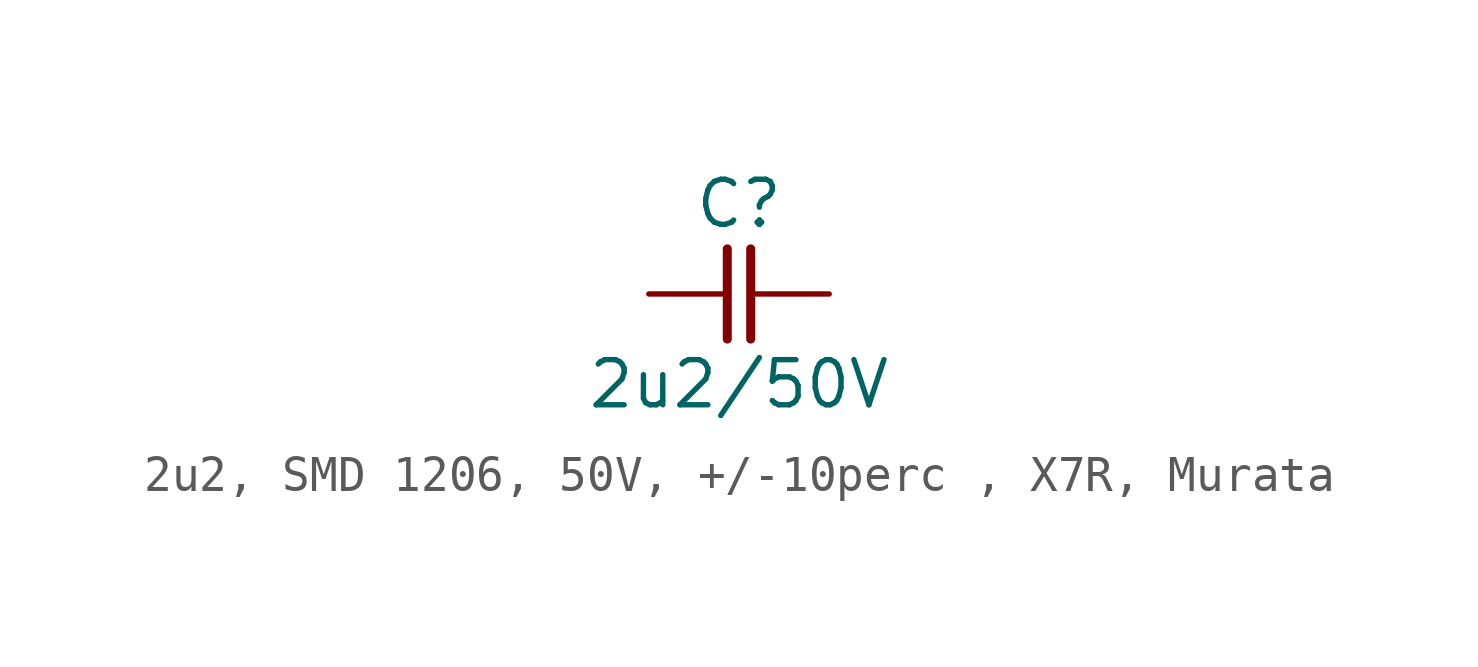
<source format=kicad_sym>
(kicad_symbol_lib
  (version 20231120)
  (generator "kicad_symbol_editor")
  (generator_version "8.0")
  (symbol "2u2, SMD 1206, 50V, +/-10perc , X7R, Murata"
    (pin_numbers hide)
    (pin_names
      (offset 0) hide)
    (property "Reference" "C"
      (at 0 2.54 0)
      (effects (font (size 1.27 1.27))))
    (property "Value" "2u2/50V"
      (at 0 -2.54 0)
      (effects (font (size 1.27 1.27))))
    (symbol "2u2, SMD 1206, 50V, +/-10perc , X7R, Murata_0_1"
      (polyline (pts (xy -0.33 1.27) (xy -0.33 -1.27)) (stroke (width 0.254) (type default)) (fill (type none)))
      (polyline (pts (xy 0.33 1.27) (xy 0.33 -1.27)) (stroke (width 0.254) (type default)) (fill (type none))))
    (symbol "2u2, SMD 1206, 50V, +/-10perc , X7R, Murata_1_1"
      (pin passive line (at -2.54 0 0) (length 2.21) (name "1" (effects (font (size 1.27 1.27)))) (number "1" (effects (font (size 1.27 1.27)))))
      (pin passive line (at 2.54 0 180) (length 2.21) (name "2" (effects (font (size 1.27 1.27)))) (number "2" (effects (font (size 1.27 1.27))))))))
</source>
